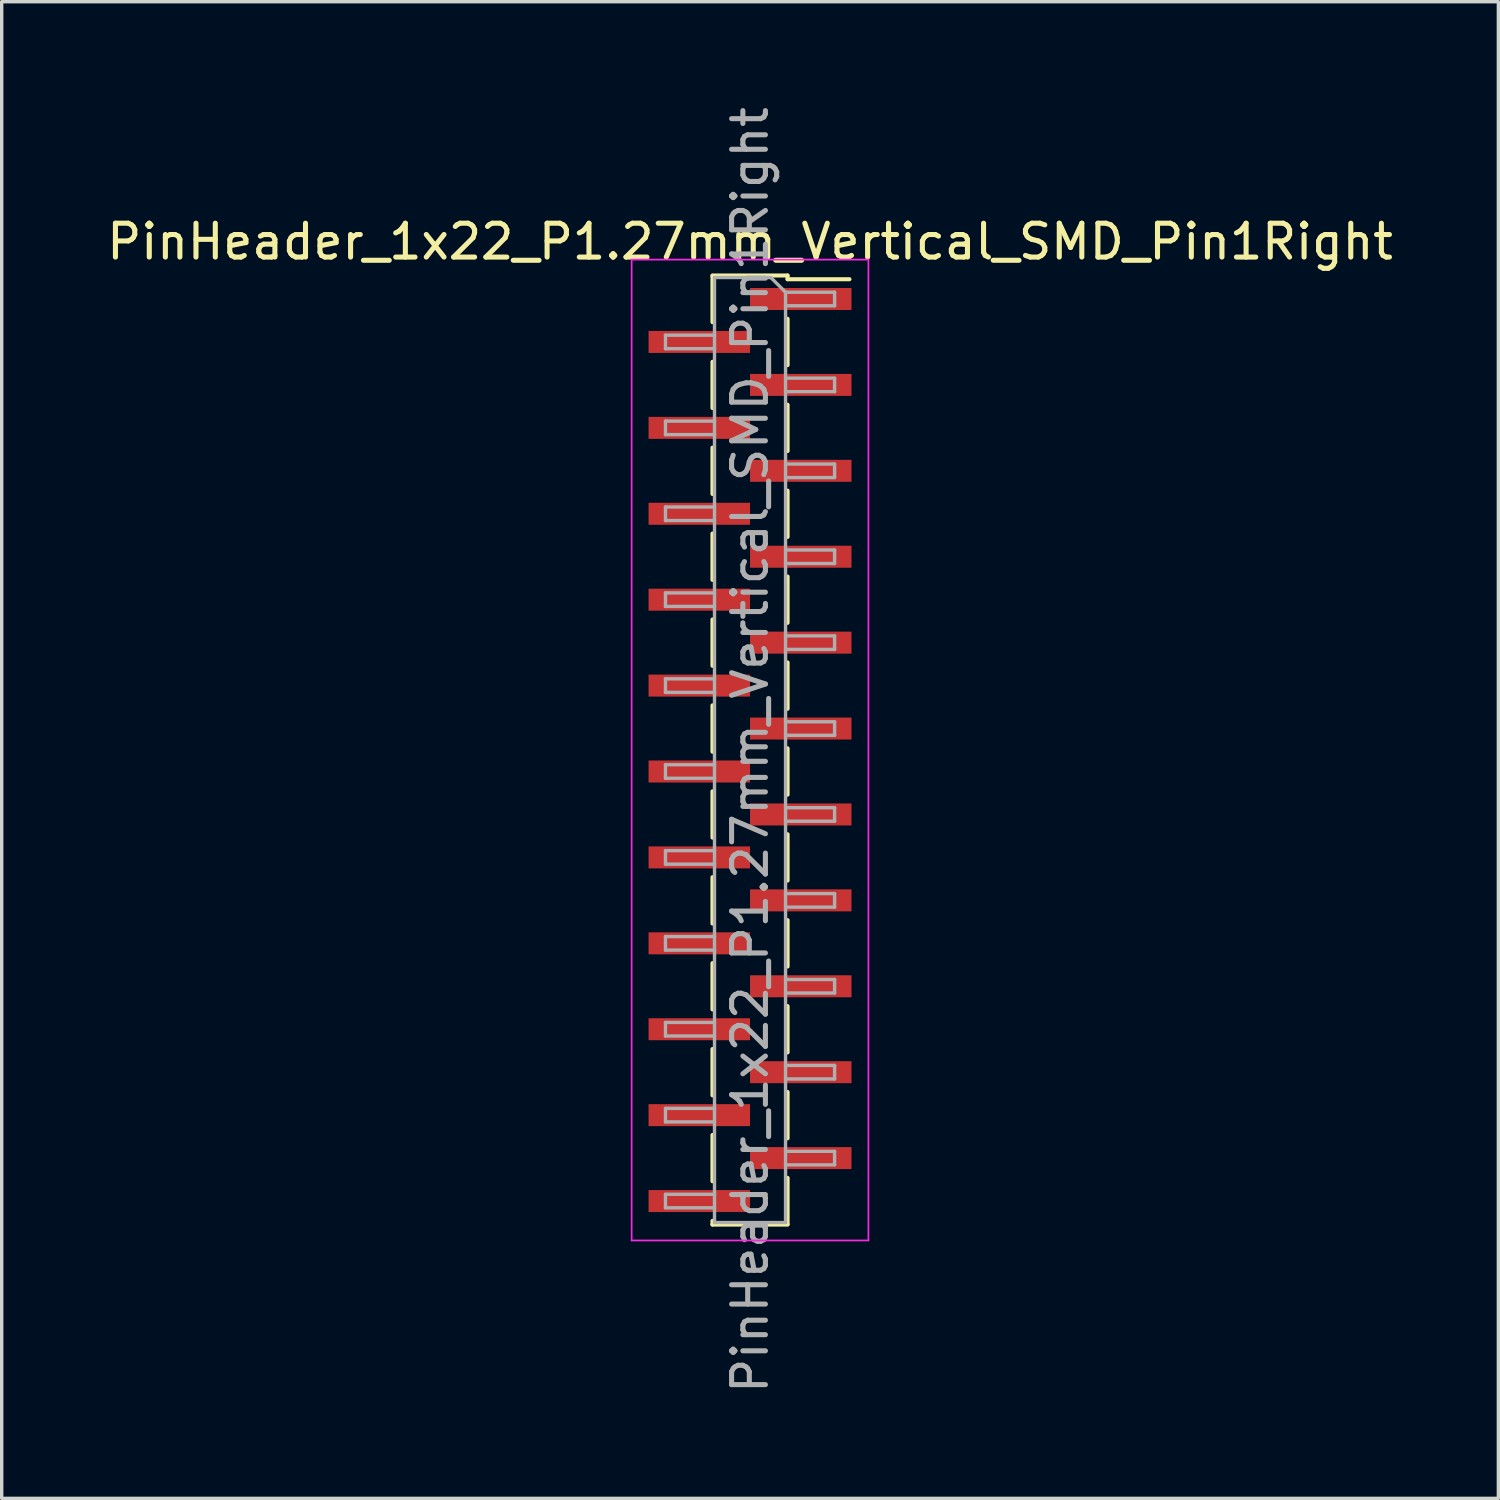
<source format=kicad_pcb>
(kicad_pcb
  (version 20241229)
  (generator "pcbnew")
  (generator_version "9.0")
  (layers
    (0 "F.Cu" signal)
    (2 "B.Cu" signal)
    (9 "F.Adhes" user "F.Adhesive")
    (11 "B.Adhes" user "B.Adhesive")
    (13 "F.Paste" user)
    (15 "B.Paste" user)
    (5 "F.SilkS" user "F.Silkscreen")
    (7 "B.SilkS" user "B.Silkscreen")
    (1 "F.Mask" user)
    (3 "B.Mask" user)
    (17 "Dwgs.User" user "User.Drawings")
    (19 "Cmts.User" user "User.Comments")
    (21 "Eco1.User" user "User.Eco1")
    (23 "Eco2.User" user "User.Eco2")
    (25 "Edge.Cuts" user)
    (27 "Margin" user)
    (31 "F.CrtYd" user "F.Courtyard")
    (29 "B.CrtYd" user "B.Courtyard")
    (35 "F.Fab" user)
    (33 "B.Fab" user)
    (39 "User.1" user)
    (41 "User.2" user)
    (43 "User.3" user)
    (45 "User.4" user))
  (footprint "PinHeader_1x22_P1.27mm_Vertical_SMD_Pin1Right"
    (layer "F.Cu")
    (at 19.125 19.125)
    (property "Reference" "PinHeader_1x22_P1.27mm_Vertical_SMD_Pin1Right" (at 0 -15.03 0) (layer "F.SilkS") (effects (font (size 1 1) (thickness 0.15))))
    (attr smd)
    (fp_line (start -1.11 -14.03) (end 1.11 -14.03) (stroke (width 0.12) (type solid)) (layer "F.SilkS"))
    (fp_line (start -1.11 -14.02) (end -1.11 -12.65) (stroke (width 0.12) (type solid)) (layer "F.SilkS"))
    (fp_line (start -1.11 -11.48) (end -1.11 -10.11) (stroke (width 0.12) (type solid)) (layer "F.SilkS"))
    (fp_line (start -1.11 -8.94) (end -1.11 -7.57) (stroke (width 0.12) (type solid)) (layer "F.SilkS"))
    (fp_line (start -1.11 -6.4) (end -1.11 -5.03) (stroke (width 0.12) (type solid)) (layer "F.SilkS"))
    (fp_line (start -1.11 -3.86) (end -1.11 -2.49) (stroke (width 0.12) (type solid)) (layer "F.SilkS"))
    (fp_line (start -1.11 -1.32) (end -1.11 0.05) (stroke (width 0.12) (type solid)) (layer "F.SilkS"))
    (fp_line (start -1.11 1.22) (end -1.11 2.59) (stroke (width 0.12) (type solid)) (layer "F.SilkS"))
    (fp_line (start -1.11 3.76) (end -1.11 5.13) (stroke (width 0.12) (type solid)) (layer "F.SilkS"))
    (fp_line (start -1.11 6.3) (end -1.11 7.67) (stroke (width 0.12) (type solid)) (layer "F.SilkS"))
    (fp_line (start -1.11 8.84) (end -1.11 10.21) (stroke (width 0.12) (type solid)) (layer "F.SilkS"))
    (fp_line (start -1.11 11.38) (end -1.11 12.75) (stroke (width 0.12) (type solid)) (layer "F.SilkS"))
    (fp_line (start -1.11 13.92) (end -1.11 14.03) (stroke (width 0.12) (type solid)) (layer "F.SilkS"))
    (fp_line (start -1.11 14.03) (end 1.11 14.03) (stroke (width 0.12) (type solid)) (layer "F.SilkS"))
    (fp_line (start 1.11 -14.03) (end 1.11 -13.92) (stroke (width 0.12) (type solid)) (layer "F.SilkS"))
    (fp_line (start 1.11 -13.92) (end 2.94 -13.92) (stroke (width 0.12) (type solid)) (layer "F.SilkS"))
    (fp_line (start 1.11 -12.75) (end 1.11 -11.38) (stroke (width 0.12) (type solid)) (layer "F.SilkS"))
    (fp_line (start 1.11 -10.21) (end 1.11 -8.84) (stroke (width 0.12) (type solid)) (layer "F.SilkS"))
    (fp_line (start 1.11 -7.67) (end 1.11 -6.3) (stroke (width 0.12) (type solid)) (layer "F.SilkS"))
    (fp_line (start 1.11 -5.13) (end 1.11 -3.76) (stroke (width 0.12) (type solid)) (layer "F.SilkS"))
    (fp_line (start 1.11 -2.59) (end 1.11 -1.22) (stroke (width 0.12) (type solid)) (layer "F.SilkS"))
    (fp_line (start 1.11 -0.05) (end 1.11 1.32) (stroke (width 0.12) (type solid)) (layer "F.SilkS"))
    (fp_line (start 1.11 2.49) (end 1.11 3.86) (stroke (width 0.12) (type solid)) (layer "F.SilkS"))
    (fp_line (start 1.11 5.03) (end 1.11 6.4) (stroke (width 0.12) (type solid)) (layer "F.SilkS"))
    (fp_line (start 1.11 7.57) (end 1.11 8.94) (stroke (width 0.12) (type solid)) (layer "F.SilkS"))
    (fp_line (start 1.11 10.11) (end 1.11 11.48) (stroke (width 0.12) (type solid)) (layer "F.SilkS"))
    (fp_line (start 1.11 12.65) (end 1.11 14.02) (stroke (width 0.12) (type solid)) (layer "F.SilkS"))
    (fp_line (start -3.5 -14.5) (end -3.5 14.5) (stroke (width 0.05) (type solid)) (layer "F.CrtYd"))
    (fp_line (start -3.5 14.5) (end 3.5 14.5) (stroke (width 0.05) (type solid)) (layer "F.CrtYd"))
    (fp_line (start 3.5 -14.5) (end -3.5 -14.5) (stroke (width 0.05) (type solid)) (layer "F.CrtYd"))
    (fp_line (start 3.5 14.5) (end 3.5 -14.5) (stroke (width 0.05) (type solid)) (layer "F.CrtYd"))
    (fp_line (start -2.5 -12.265) (end -2.5 -11.865) (stroke (width 0.1) (type solid)) (layer "F.Fab"))
    (fp_line (start -2.5 -11.865) (end -1.05 -11.865) (stroke (width 0.1) (type solid)) (layer "F.Fab"))
    (fp_line (start -2.5 -9.725) (end -2.5 -9.325) (stroke (width 0.1) (type solid)) (layer "F.Fab"))
    (fp_line (start -2.5 -9.325) (end -1.05 -9.325) (stroke (width 0.1) (type solid)) (layer "F.Fab"))
    (fp_line (start -2.5 -7.185) (end -2.5 -6.785) (stroke (width 0.1) (type solid)) (layer "F.Fab"))
    (fp_line (start -2.5 -6.785) (end -1.05 -6.785) (stroke (width 0.1) (type solid)) (layer "F.Fab"))
    (fp_line (start -2.5 -4.645) (end -2.5 -4.245) (stroke (width 0.1) (type solid)) (layer "F.Fab"))
    (fp_line (start -2.5 -4.245) (end -1.05 -4.245) (stroke (width 0.1) (type solid)) (layer "F.Fab"))
    (fp_line (start -2.5 -2.105) (end -2.5 -1.705) (stroke (width 0.1) (type solid)) (layer "F.Fab"))
    (fp_line (start -2.5 -1.705) (end -1.05 -1.705) (stroke (width 0.1) (type solid)) (layer "F.Fab"))
    (fp_line (start -2.5 0.435) (end -2.5 0.835) (stroke (width 0.1) (type solid)) (layer "F.Fab"))
    (fp_line (start -2.5 0.835) (end -1.05 0.835) (stroke (width 0.1) (type solid)) (layer "F.Fab"))
    (fp_line (start -2.5 2.975) (end -2.5 3.375) (stroke (width 0.1) (type solid)) (layer "F.Fab"))
    (fp_line (start -2.5 3.375) (end -1.05 3.375) (stroke (width 0.1) (type solid)) (layer "F.Fab"))
    (fp_line (start -2.5 5.515) (end -2.5 5.915) (stroke (width 0.1) (type solid)) (layer "F.Fab"))
    (fp_line (start -2.5 5.915) (end -1.05 5.915) (stroke (width 0.1) (type solid)) (layer "F.Fab"))
    (fp_line (start -2.5 8.055) (end -2.5 8.455) (stroke (width 0.1) (type solid)) (layer "F.Fab"))
    (fp_line (start -2.5 8.455) (end -1.05 8.455) (stroke (width 0.1) (type solid)) (layer "F.Fab"))
    (fp_line (start -2.5 10.595) (end -2.5 10.995) (stroke (width 0.1) (type solid)) (layer "F.Fab"))
    (fp_line (start -2.5 10.995) (end -1.05 10.995) (stroke (width 0.1) (type solid)) (layer "F.Fab"))
    (fp_line (start -2.5 13.135) (end -2.5 13.535) (stroke (width 0.1) (type solid)) (layer "F.Fab"))
    (fp_line (start -2.5 13.535) (end -1.05 13.535) (stroke (width 0.1) (type solid)) (layer "F.Fab"))
    (fp_line (start -1.05 -13.97) (end -1.05 13.97) (stroke (width 0.1) (type solid)) (layer "F.Fab"))
    (fp_line (start -1.05 -13.97) (end 0.615 -13.97) (stroke (width 0.1) (type solid)) (layer "F.Fab"))
    (fp_line (start -1.05 -12.265) (end -2.5 -12.265) (stroke (width 0.1) (type solid)) (layer "F.Fab"))
    (fp_line (start -1.05 -9.725) (end -2.5 -9.725) (stroke (width 0.1) (type solid)) (layer "F.Fab"))
    (fp_line (start -1.05 -7.185) (end -2.5 -7.185) (stroke (width 0.1) (type solid)) (layer "F.Fab"))
    (fp_line (start -1.05 -4.645) (end -2.5 -4.645) (stroke (width 0.1) (type solid)) (layer "F.Fab"))
    (fp_line (start -1.05 -2.105) (end -2.5 -2.105) (stroke (width 0.1) (type solid)) (layer "F.Fab"))
    (fp_line (start -1.05 0.435) (end -2.5 0.435) (stroke (width 0.1) (type solid)) (layer "F.Fab"))
    (fp_line (start -1.05 2.975) (end -2.5 2.975) (stroke (width 0.1) (type solid)) (layer "F.Fab"))
    (fp_line (start -1.05 5.515) (end -2.5 5.515) (stroke (width 0.1) (type solid)) (layer "F.Fab"))
    (fp_line (start -1.05 8.055) (end -2.5 8.055) (stroke (width 0.1) (type solid)) (layer "F.Fab"))
    (fp_line (start -1.05 10.595) (end -2.5 10.595) (stroke (width 0.1) (type solid)) (layer "F.Fab"))
    (fp_line (start -1.05 13.135) (end -2.5 13.135) (stroke (width 0.1) (type solid)) (layer "F.Fab"))
    (fp_line (start 1.05 -13.535) (end 0.615 -13.97) (stroke (width 0.1) (type solid)) (layer "F.Fab"))
    (fp_line (start 1.05 -13.535) (end 2.5 -13.535) (stroke (width 0.1) (type solid)) (layer "F.Fab"))
    (fp_line (start 1.05 -10.995) (end 2.5 -10.995) (stroke (width 0.1) (type solid)) (layer "F.Fab"))
    (fp_line (start 1.05 -8.455) (end 2.5 -8.455) (stroke (width 0.1) (type solid)) (layer "F.Fab"))
    (fp_line (start 1.05 -5.915) (end 2.5 -5.915) (stroke (width 0.1) (type solid)) (layer "F.Fab"))
    (fp_line (start 1.05 -3.375) (end 2.5 -3.375) (stroke (width 0.1) (type solid)) (layer "F.Fab"))
    (fp_line (start 1.05 -0.835) (end 2.5 -0.835) (stroke (width 0.1) (type solid)) (layer "F.Fab"))
    (fp_line (start 1.05 1.705) (end 2.5 1.705) (stroke (width 0.1) (type solid)) (layer "F.Fab"))
    (fp_line (start 1.05 4.245) (end 2.5 4.245) (stroke (width 0.1) (type solid)) (layer "F.Fab"))
    (fp_line (start 1.05 6.785) (end 2.5 6.785) (stroke (width 0.1) (type solid)) (layer "F.Fab"))
    (fp_line (start 1.05 9.325) (end 2.5 9.325) (stroke (width 0.1) (type solid)) (layer "F.Fab"))
    (fp_line (start 1.05 11.865) (end 2.5 11.865) (stroke (width 0.1) (type solid)) (layer "F.Fab"))
    (fp_line (start 1.05 13.97) (end -1.05 13.97) (stroke (width 0.1) (type solid)) (layer "F.Fab"))
    (fp_line (start 1.05 13.97) (end 1.05 -13.535) (stroke (width 0.1) (type solid)) (layer "F.Fab"))
    (fp_line (start 2.5 -13.535) (end 2.5 -13.135) (stroke (width 0.1) (type solid)) (layer "F.Fab"))
    (fp_line (start 2.5 -13.135) (end 1.05 -13.135) (stroke (width 0.1) (type solid)) (layer "F.Fab"))
    (fp_line (start 2.5 -10.995) (end 2.5 -10.595) (stroke (width 0.1) (type solid)) (layer "F.Fab"))
    (fp_line (start 2.5 -10.595) (end 1.05 -10.595) (stroke (width 0.1) (type solid)) (layer "F.Fab"))
    (fp_line (start 2.5 -8.455) (end 2.5 -8.055) (stroke (width 0.1) (type solid)) (layer "F.Fab"))
    (fp_line (start 2.5 -8.055) (end 1.05 -8.055) (stroke (width 0.1) (type solid)) (layer "F.Fab"))
    (fp_line (start 2.5 -5.915) (end 2.5 -5.515) (stroke (width 0.1) (type solid)) (layer "F.Fab"))
    (fp_line (start 2.5 -5.515) (end 1.05 -5.515) (stroke (width 0.1) (type solid)) (layer "F.Fab"))
    (fp_line (start 2.5 -3.375) (end 2.5 -2.975) (stroke (width 0.1) (type solid)) (layer "F.Fab"))
    (fp_line (start 2.5 -2.975) (end 1.05 -2.975) (stroke (width 0.1) (type solid)) (layer "F.Fab"))
    (fp_line (start 2.5 -0.835) (end 2.5 -0.435) (stroke (width 0.1) (type solid)) (layer "F.Fab"))
    (fp_line (start 2.5 -0.435) (end 1.05 -0.435) (stroke (width 0.1) (type solid)) (layer "F.Fab"))
    (fp_line (start 2.5 1.705) (end 2.5 2.105) (stroke (width 0.1) (type solid)) (layer "F.Fab"))
    (fp_line (start 2.5 2.105) (end 1.05 2.105) (stroke (width 0.1) (type solid)) (layer "F.Fab"))
    (fp_line (start 2.5 4.245) (end 2.5 4.645) (stroke (width 0.1) (type solid)) (layer "F.Fab"))
    (fp_line (start 2.5 4.645) (end 1.05 4.645) (stroke (width 0.1) (type solid)) (layer "F.Fab"))
    (fp_line (start 2.5 6.785) (end 2.5 7.185) (stroke (width 0.1) (type solid)) (layer "F.Fab"))
    (fp_line (start 2.5 7.185) (end 1.05 7.185) (stroke (width 0.1) (type solid)) (layer "F.Fab"))
    (fp_line (start 2.5 9.325) (end 2.5 9.725) (stroke (width 0.1) (type solid)) (layer "F.Fab"))
    (fp_line (start 2.5 9.725) (end 1.05 9.725) (stroke (width 0.1) (type solid)) (layer "F.Fab"))
    (fp_line (start 2.5 11.865) (end 2.5 12.265) (stroke (width 0.1) (type solid)) (layer "F.Fab"))
    (fp_line (start 2.5 12.265) (end 1.05 12.265) (stroke (width 0.1) (type solid)) (layer "F.Fab"))
    (fp_text user "${REFERENCE}" (at 0 0 90) (layer "F.Fab") (effects (font (size 1 1) (thickness 0.15))))
    (pad "1" smd rect (at 1.5 -13.335) (size 3 0.65) (layers "F.Cu" "F.Mask" "F.Paste"))
    (pad "2" smd rect (at -1.5 -12.065) (size 3 0.65) (layers "F.Cu" "F.Mask" "F.Paste"))
    (pad "3" smd rect (at 1.5 -10.795) (size 3 0.65) (layers "F.Cu" "F.Mask" "F.Paste"))
    (pad "4" smd rect (at -1.5 -9.525) (size 3 0.65) (layers "F.Cu" "F.Mask" "F.Paste"))
    (pad "5" smd rect (at 1.5 -8.255) (size 3 0.65) (layers "F.Cu" "F.Mask" "F.Paste"))
    (pad "6" smd rect (at -1.5 -6.985) (size 3 0.65) (layers "F.Cu" "F.Mask" "F.Paste"))
    (pad "7" smd rect (at 1.5 -5.715) (size 3 0.65) (layers "F.Cu" "F.Mask" "F.Paste"))
    (pad "8" smd rect (at -1.5 -4.445) (size 3 0.65) (layers "F.Cu" "F.Mask" "F.Paste"))
    (pad "9" smd rect (at 1.5 -3.175) (size 3 0.65) (layers "F.Cu" "F.Mask" "F.Paste"))
    (pad "10" smd rect (at -1.5 -1.905) (size 3 0.65) (layers "F.Cu" "F.Mask" "F.Paste"))
    (pad "11" smd rect (at 1.5 -0.635) (size 3 0.65) (layers "F.Cu" "F.Mask" "F.Paste"))
    (pad "12" smd rect (at -1.5 0.635) (size 3 0.65) (layers "F.Cu" "F.Mask" "F.Paste"))
    (pad "13" smd rect (at 1.5 1.905) (size 3 0.65) (layers "F.Cu" "F.Mask" "F.Paste"))
    (pad "14" smd rect (at -1.5 3.175) (size 3 0.65) (layers "F.Cu" "F.Mask" "F.Paste"))
    (pad "15" smd rect (at 1.5 4.445) (size 3 0.65) (layers "F.Cu" "F.Mask" "F.Paste"))
    (pad "16" smd rect (at -1.5 5.715) (size 3 0.65) (layers "F.Cu" "F.Mask" "F.Paste"))
    (pad "17" smd rect (at 1.5 6.985) (size 3 0.65) (layers "F.Cu" "F.Mask" "F.Paste"))
    (pad "18" smd rect (at -1.5 8.255) (size 3 0.65) (layers "F.Cu" "F.Mask" "F.Paste"))
    (pad "19" smd rect (at 1.5 9.525) (size 3 0.65) (layers "F.Cu" "F.Mask" "F.Paste"))
    (pad "20" smd rect (at -1.5 10.795) (size 3 0.65) (layers "F.Cu" "F.Mask" "F.Paste"))
    (pad "21" smd rect (at 1.5 12.065) (size 3 0.65) (layers "F.Cu" "F.Mask" "F.Paste"))
    (pad "22" smd rect (at -1.5 13.335) (size 3 0.65) (layers "F.Cu" "F.Mask" "F.Paste")))
  (gr_rect
    (start -3 -3)
    (end 41.25 41.25)
    (stroke (width 0.1) (type default))
    (fill no)
    (layer "Edge.Cuts")))
</source>
